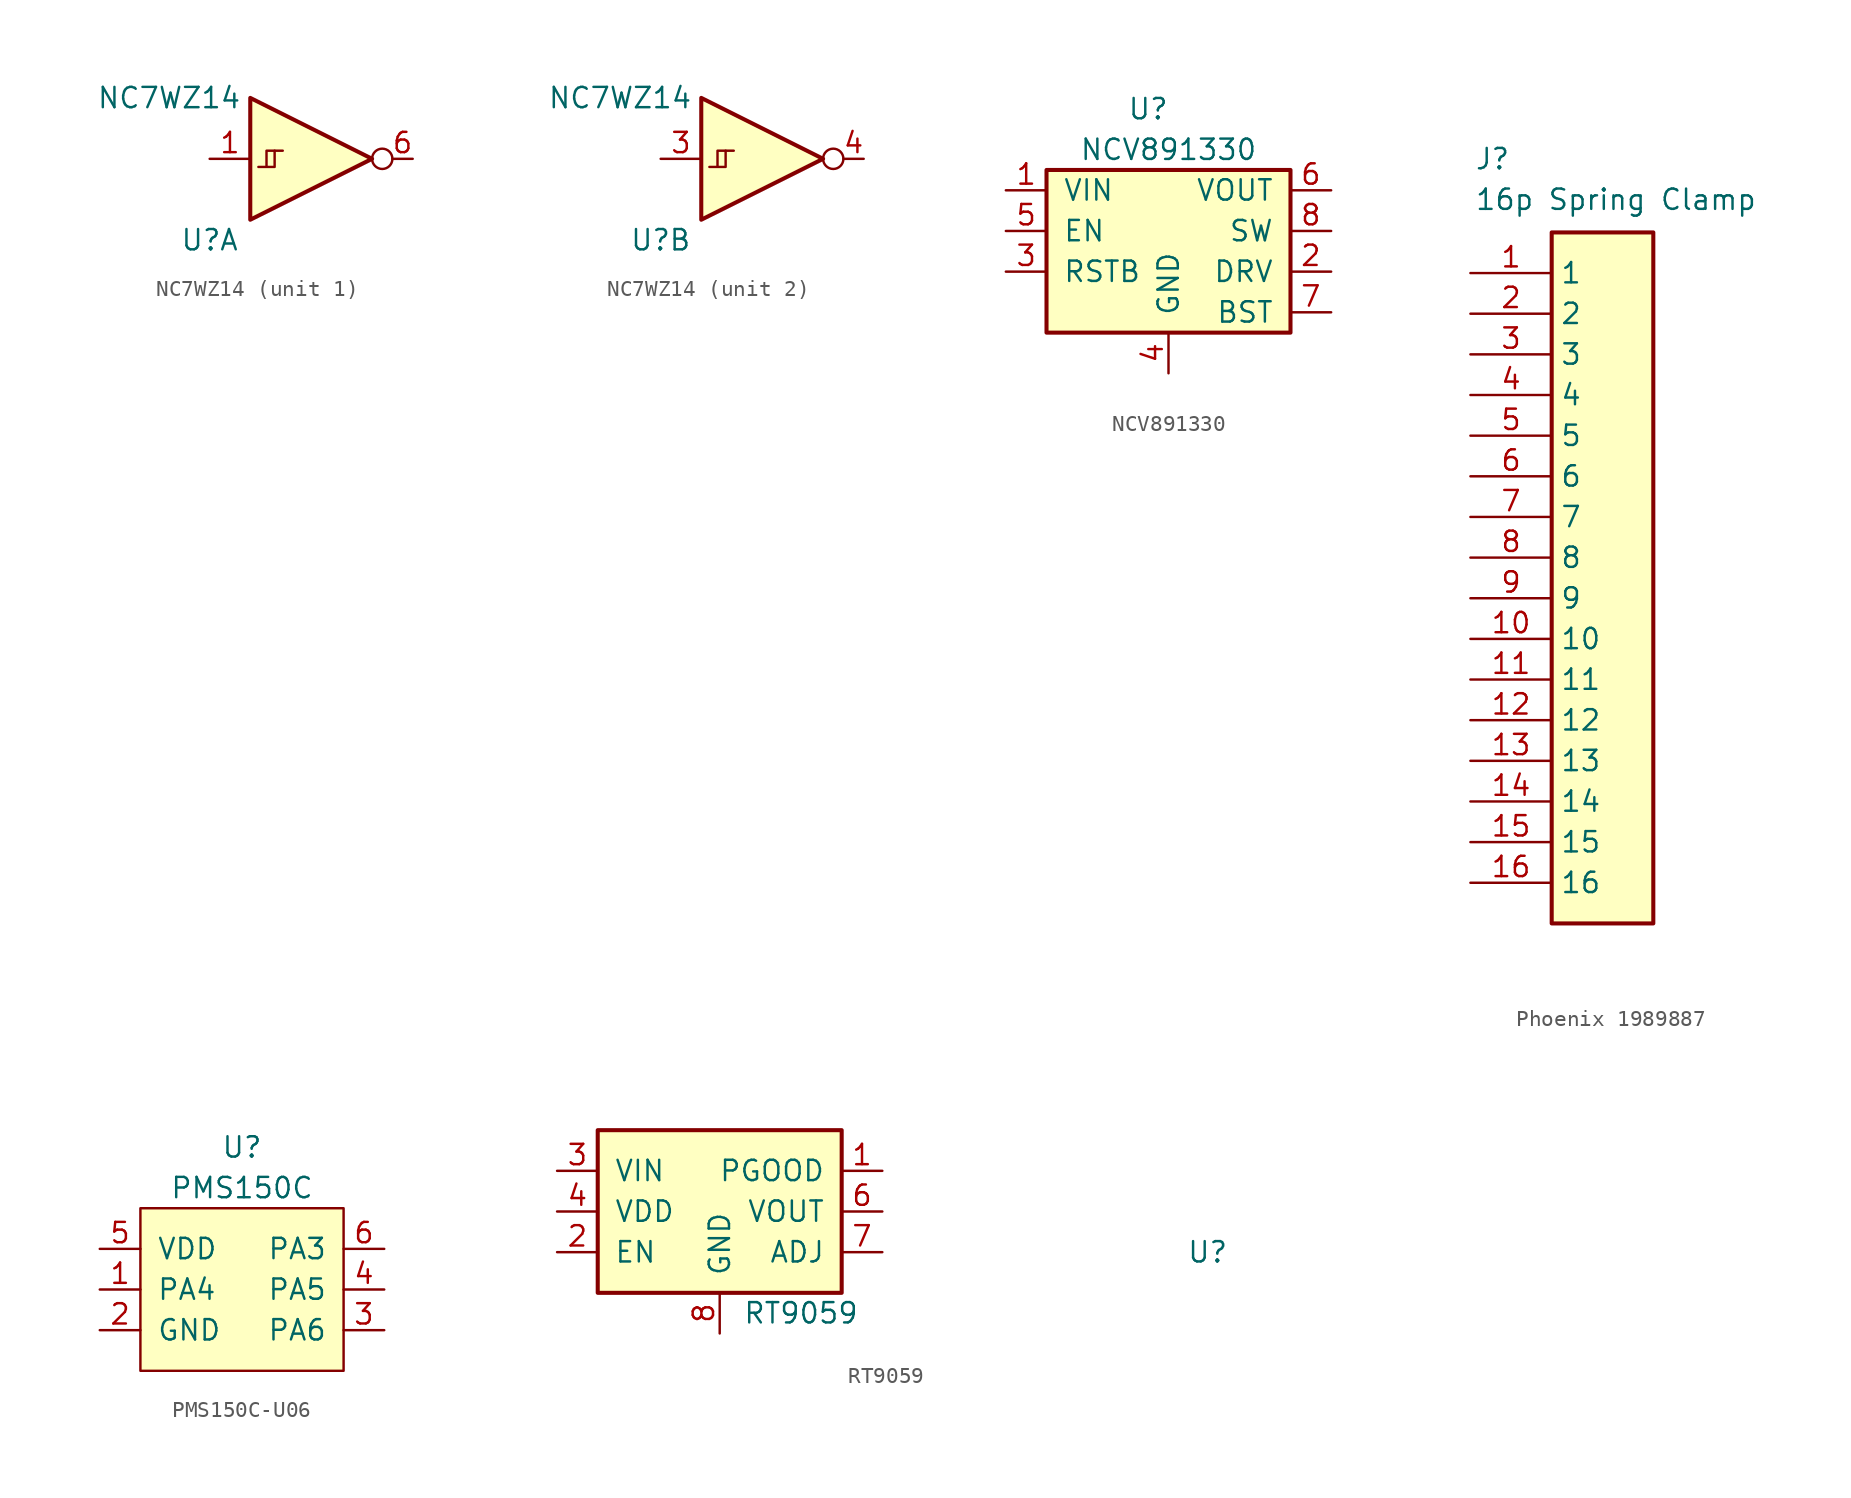
<source format=kicad_sym>
(kicad_symbol_lib
  (version 20231120)
  (generator "kicad_symbol_editor")
  (generator_version "8.0")
  (symbol "NC7WZ14"
    (pin_names
      (offset 1.016))
    (property "Reference" "U"
      (at -6.35 -5.08 0)
      (effects (font (size 1.27 1.27))))
    (property "Value" "NC7WZ14"
      (at -8.89 3.81 0)
      (effects (font (size 1.27 1.27))))
    (property "ki_locked" ""
      (at 0 0 0)
      (effects (font (size 1.27 1.27))))
    (symbol "NC7WZ14_0_1"
      (pin power_in line (at -1.27 -2.54 90) (length 0) hide (name "GND" (effects (font (size 0.508 0.508)))) (number "2" (effects (font (size 0.762 0.762)))))
      (pin power_in line (at -1.27 2.54 270) (length 0) hide (name "VCC" (effects (font (size 0.508 0.508)))) (number "5" (effects (font (size 0.762 0.762))))))
    (symbol "NC7WZ14_1_1"
      (polyline (pts (xy -2.286 0.508) (xy -1.778 0.508)) (stroke (width 0) (type solid)) (fill (type none)))
      (polyline (pts (xy -3.81 3.81) (xy -3.81 -3.81) (xy 3.81 0) (xy -3.81 3.81)) (stroke (width 0.254) (type solid)) (fill (type background)))
      (polyline (pts (xy -2.794 -0.508) (xy -2.794 0.508) (xy -2.286 0.508) (xy -2.286 -0.508) (xy -3.302 -0.508)) (stroke (width 0) (type solid)) (fill (type none)))
      (circle (center 4.445 0) (radius 0.635) (stroke (width 0) (type solid)) (fill (type none)))
      (pin input line (at -6.35 0 0) (length 2.54) (name "~" (effects (font (size 1.27 1.27)))) (number "1" (effects (font (size 1.27 1.27)))))
      (pin output line (at 6.35 0 180) (length 1.27) (name "~" (effects (font (size 1.27 1.27)))) (number "6" (effects (font (size 1.27 1.27))))))
    (symbol "NC7WZ14_2_1"
      (polyline (pts (xy -2.286 0.508) (xy -1.778 0.508)) (stroke (width 0) (type solid)) (fill (type none)))
      (polyline (pts (xy -3.81 3.81) (xy -3.81 -3.81) (xy 3.81 0) (xy -3.81 3.81)) (stroke (width 0.254) (type solid)) (fill (type background)))
      (polyline (pts (xy -2.794 -0.508) (xy -2.794 0.508) (xy -2.286 0.508) (xy -2.286 -0.508) (xy -3.302 -0.508)) (stroke (width 0) (type solid)) (fill (type none)))
      (circle (center 4.445 0) (radius 0.635) (stroke (width 0) (type solid)) (fill (type none)))
      (pin input line (at -6.35 0 0) (length 2.54) (name "~" (effects (font (size 1.27 1.27)))) (number "3" (effects (font (size 1.27 1.27)))))
      (pin output line (at 6.35 0 180) (length 1.27) (name "~" (effects (font (size 1.27 1.27)))) (number "4" (effects (font (size 1.27 1.27)))))))
  (symbol "NCV891330"
    (pin_names
      (offset 1.016))
    (property "Reference" "U"
      (at -1.27 8.89 0)
      (effects (font (size 1.27 1.27))))
    (property "Value" "NCV891330"
      (at 0 6.35 0)
      (effects (font (size 1.27 1.27))))
    (symbol "NCV891330_1_1"
      (rectangle (start 7.62 -5.08) (end -7.62 5.08) (stroke (width 0.254) (type solid)) (fill (type background)))
      (pin power_in line (at -10.16 3.81 0) (length 2.54) (name "VIN" (effects (font (size 1.27 1.27)))) (number "1" (effects (font (size 1.27 1.27)))))
      (pin power_out line (at 10.16 -1.27 180) (length 2.54) (name "DRV" (effects (font (size 1.27 1.27)))) (number "2" (effects (font (size 1.27 1.27)))))
      (pin output line (at -10.16 -1.27 0) (length 2.54) (name "RSTB" (effects (font (size 1.27 1.27)))) (number "3" (effects (font (size 1.27 1.27)))))
      (pin power_in line (at 0 -7.62 90) (length 2.54) (name "GND" (effects (font (size 1.27 1.27)))) (number "4" (effects (font (size 1.27 1.27)))))
      (pin input line (at -10.16 1.27 0) (length 2.54) (name "EN" (effects (font (size 1.27 1.27)))) (number "5" (effects (font (size 1.27 1.27)))))
      (pin power_out line (at 10.16 3.81 180) (length 2.54) (name "VOUT" (effects (font (size 1.27 1.27)))) (number "6" (effects (font (size 1.27 1.27)))))
      (pin power_out line (at 10.16 -3.81 180) (length 2.54) (name "BST" (effects (font (size 1.27 1.27)))) (number "7" (effects (font (size 1.27 1.27)))))
      (pin power_out line (at 10.16 1.27 180) (length 2.54) (name "SW" (effects (font (size 1.27 1.27)))) (number "8" (effects (font (size 1.27 1.27)))))
      (pin power_in line (at 0 -7.62 90) (length 2.54) hide (name "GND" (effects (font (size 1.27 1.27)))) (number "9" (effects (font (size 1.27 1.27)))))))
  (symbol "Phoenix 1989887"
    (property "Reference" "J"
      (at 0.254 7.874 0)
      (effects (font (size 1.27 1.27)) (justify left top)))
    (property "Value" "16p Spring Clamp"
      (at 0.254 5.334 0)
      (effects (font (size 1.27 1.27)) (justify left top)))
    (symbol "Phoenix 1989887_1_1"
      (rectangle (start 5.08 2.54) (end 11.43 -40.64) (stroke (width 0.254) (type default)) (fill (type background)))
      (pin passive line (at 0 0 0) (length 5.08) (name "1" (effects (font (size 1.27 1.27)))) (number "1" (effects (font (size 1.27 1.27)))))
      (pin passive line (at 0 -22.86 0) (length 5.08) (name "10" (effects (font (size 1.27 1.27)))) (number "10" (effects (font (size 1.27 1.27)))))
      (pin passive line (at 0 -25.4 0) (length 5.08) (name "11" (effects (font (size 1.27 1.27)))) (number "11" (effects (font (size 1.27 1.27)))))
      (pin passive line (at 0 -27.94 0) (length 5.08) (name "12" (effects (font (size 1.27 1.27)))) (number "12" (effects (font (size 1.27 1.27)))))
      (pin passive line (at 0 -30.48 0) (length 5.08) (name "13" (effects (font (size 1.27 1.27)))) (number "13" (effects (font (size 1.27 1.27)))))
      (pin passive line (at 0 -33.02 0) (length 5.08) (name "14" (effects (font (size 1.27 1.27)))) (number "14" (effects (font (size 1.27 1.27)))))
      (pin passive line (at 0 -35.56 0) (length 5.08) (name "15" (effects (font (size 1.27 1.27)))) (number "15" (effects (font (size 1.27 1.27)))))
      (pin passive line (at 0 -38.1 0) (length 5.08) (name "16" (effects (font (size 1.27 1.27)))) (number "16" (effects (font (size 1.27 1.27)))))
      (pin passive line (at 0 -2.54 0) (length 5.08) (name "2" (effects (font (size 1.27 1.27)))) (number "2" (effects (font (size 1.27 1.27)))))
      (pin passive line (at 0 -5.08 0) (length 5.08) (name "3" (effects (font (size 1.27 1.27)))) (number "3" (effects (font (size 1.27 1.27)))))
      (pin passive line (at 0 -7.62 0) (length 5.08) (name "4" (effects (font (size 1.27 1.27)))) (number "4" (effects (font (size 1.27 1.27)))))
      (pin passive line (at 0 -10.16 0) (length 5.08) (name "5" (effects (font (size 1.27 1.27)))) (number "5" (effects (font (size 1.27 1.27)))))
      (pin passive line (at 0 -12.7 0) (length 5.08) (name "6" (effects (font (size 1.27 1.27)))) (number "6" (effects (font (size 1.27 1.27)))))
      (pin passive line (at 0 -15.24 0) (length 5.08) (name "7" (effects (font (size 1.27 1.27)))) (number "7" (effects (font (size 1.27 1.27)))))
      (pin passive line (at 0 -17.78 0) (length 5.08) (name "8" (effects (font (size 1.27 1.27)))) (number "8" (effects (font (size 1.27 1.27)))))
      (pin passive line (at 0 -20.32 0) (length 5.08) (name "9" (effects (font (size 1.27 1.27)))) (number "9" (effects (font (size 1.27 1.27)))))))
  (symbol "PMS150C-U06"
    (pin_names
      (offset 1.016))
    (property "Reference" "U"
      (at 0 8.89 0)
      (effects (font (size 1.27 1.27))))
    (property "Value" "PMS150C"
      (at 0 6.35 0)
      (effects (font (size 1.27 1.27))))
    (symbol "PMS150C-U06_1_1"
      (rectangle (start -6.35 5.08) (end 6.35 -5.08) (stroke (width 0) (type solid)) (fill (type background)))
      (pin tri_state line (at -8.89 0 0) (length 2.54) (name "PA4" (effects (font (size 1.27 1.27)))) (number "1" (effects (font (size 1.27 1.27)))))
      (pin power_in line (at -8.89 -2.54 0) (length 2.54) (name "GND" (effects (font (size 1.27 1.27)))) (number "2" (effects (font (size 1.27 1.27)))))
      (pin tri_state line (at 8.89 -2.54 180) (length 2.54) (name "PA6" (effects (font (size 1.27 1.27)))) (number "3" (effects (font (size 1.27 1.27)))))
      (pin tri_state line (at 8.89 0 180) (length 2.54) (name "PA5" (effects (font (size 1.27 1.27)))) (number "4" (effects (font (size 1.27 1.27)))))
      (pin power_in line (at -8.89 2.54 0) (length 2.54) (name "VDD" (effects (font (size 1.27 1.27)))) (number "5" (effects (font (size 1.27 1.27)))))
      (pin tri_state line (at 8.89 2.54 180) (length 2.54) (name "PA3" (effects (font (size 1.27 1.27)))) (number "6" (effects (font (size 1.27 1.27)))))))
  (symbol "RT9059"
    (pin_names
      (offset 1.016))
    (property "Reference" "U"
      (at 30.48 -2.54 0)
      (effects (font (size 1.27 1.27))))
    (property "Value" "RT9059"
      (at 5.08 -6.35 0)
      (effects (font (size 1.27 1.27))))
    (symbol "RT9059_0_1"
      (rectangle (start 7.62 -5.08) (end -7.62 5.08) (stroke (width 0.254) (type solid)) (fill (type background))))
    (symbol "RT9059_1_1"
      (pin output line (at 10.16 2.54 180) (length 2.54) (name "PGOOD" (effects (font (size 1.27 1.27)))) (number "1" (effects (font (size 1.27 1.27)))))
      (pin input line (at -10.16 -2.54 0) (length 2.54) (name "EN" (effects (font (size 1.27 1.27)))) (number "2" (effects (font (size 1.27 1.27)))))
      (pin power_in line (at -10.16 2.54 0) (length 2.54) (name "VIN" (effects (font (size 1.27 1.27)))) (number "3" (effects (font (size 1.27 1.27)))))
      (pin power_in line (at -10.16 0 0) (length 2.54) (name "VDD" (effects (font (size 1.27 1.27)))) (number "4" (effects (font (size 1.27 1.27)))))
      (pin power_out line (at 10.16 0 180) (length 2.54) (name "VOUT" (effects (font (size 1.27 1.27)))) (number "6" (effects (font (size 1.27 1.27)))))
      (pin output line (at 10.16 -2.54 180) (length 2.54) (name "ADJ" (effects (font (size 1.27 1.27)))) (number "7" (effects (font (size 1.27 1.27)))))
      (pin power_in line (at 0 -7.62 90) (length 2.54) (name "GND" (effects (font (size 1.27 1.27)))) (number "8" (effects (font (size 1.27 1.27)))))
      (pin power_in line (at -2.54 -7.62 90) (length 2.54) hide (name "GND" (effects (font (size 1.27 1.27)))) (number "9" (effects (font (size 1.27 1.27))))))))
</source>
